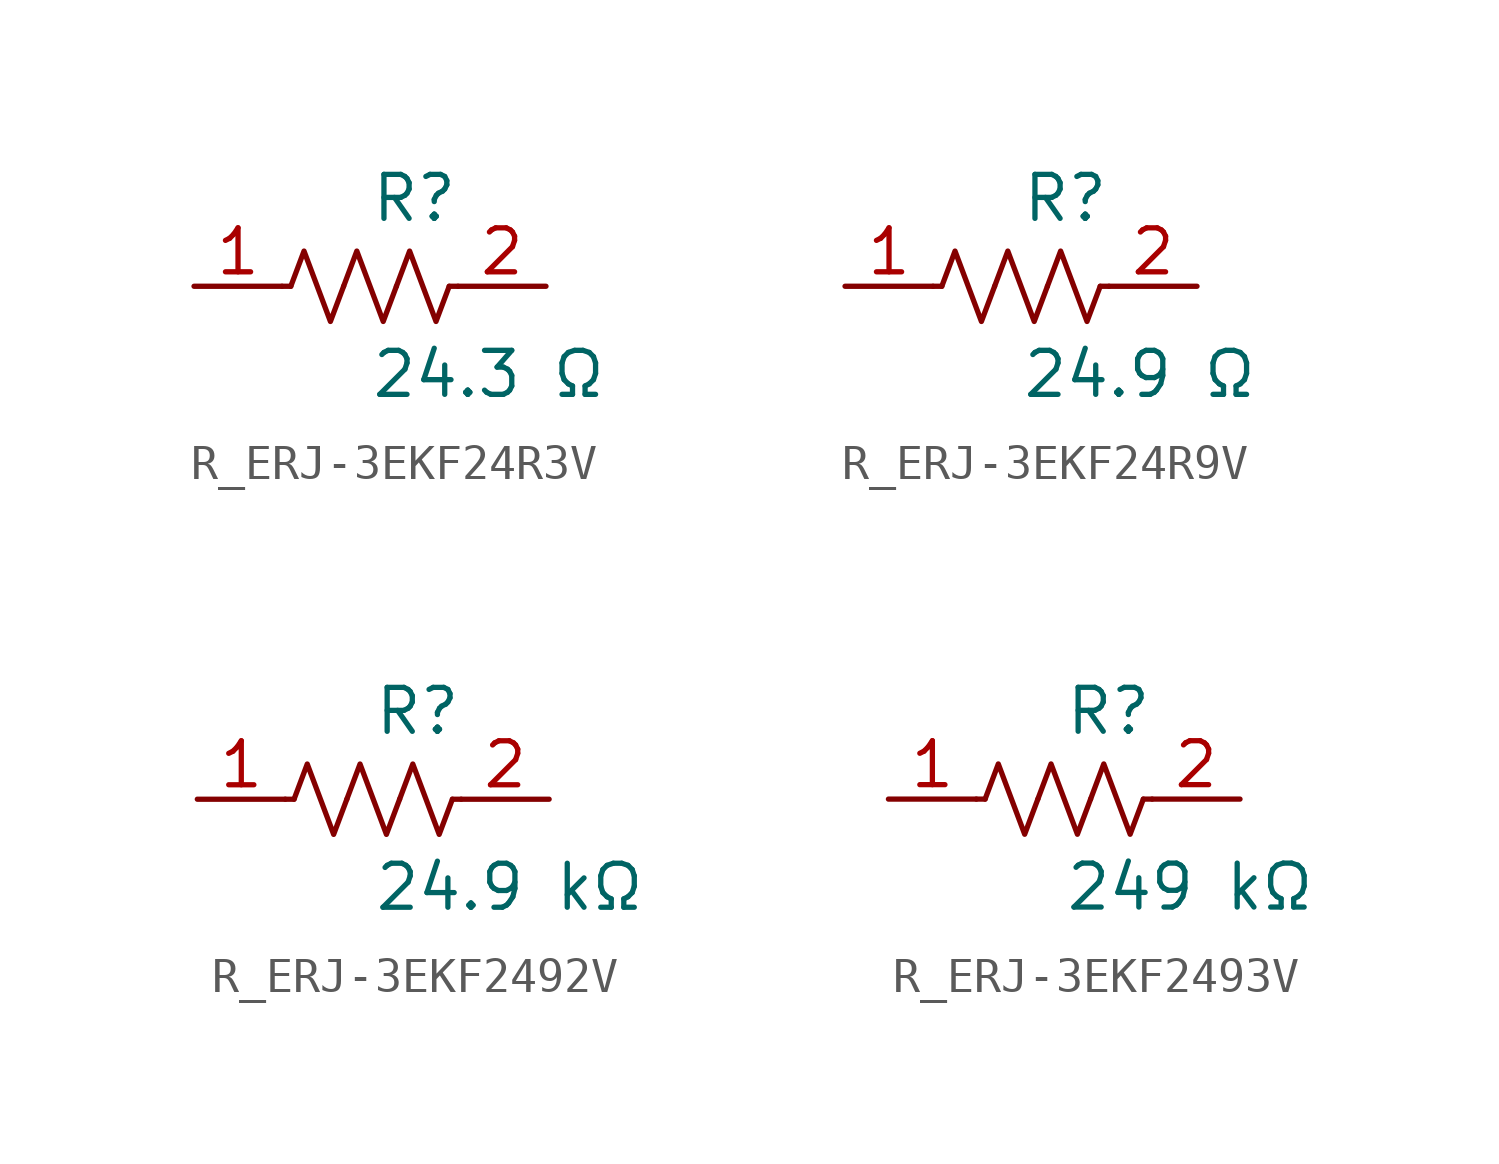
<source format=kicad_sym>
(kicad_symbol_lib
  (version 20231120)
  (generator "kicad_symbol_editor")
  (generator_version "8.0")
  (symbol "R_ERJ-3EKF24R3V"
    (pin_names
      (offset 0.254))
    (property "Reference" "R"
      (at 0 2.54 0)
      (effects (font (size 1.27 1.27)) (justify left)))
    (property "Value" "24.3 Ω"
      (at 0 -2.54 0)
      (effects (font (size 1.27 1.27)) (justify left)))
    (symbol "R_ERJ-3EKF24R3V_0_1"
      (polyline (pts (xy 2.286 0) (xy 2.54 0)) (stroke (width 0) (type default)) (fill (type none)))
      (polyline (pts (xy -2.286 0) (xy -2.54 0)) (stroke (width 0) (type default)) (fill (type none)))
      (polyline (pts (xy 0.762 0) (xy 1.143 1.016) (xy 1.524 0) (xy 1.905 -1.016) (xy 2.286 0)) (stroke (width 0) (type default)) (fill (type none)))
      (polyline (pts (xy -0.762 0) (xy -0.381 1.016) (xy 0 0) (xy 0.381 -1.016) (xy 0.762 0)) (stroke (width 0) (type default)) (fill (type none)))
      (polyline (pts (xy -2.286 0) (xy -1.905 1.016) (xy -1.524 0) (xy -1.143 -1.016) (xy -0.762 0)) (stroke (width 0) (type default)) (fill (type none))))
    (pin unspecified line
      (at -5.08 0 0)
      (length 2.54)
      (name "" (effects (font (size 1.27 1.27))))
      (number "1" (effects (font (size 1.27 1.27)))))
    (pin unspecified line
      (at 5.08 0 180)
      (length 2.54)
      (name "" (effects (font (size 1.27 1.27))))
      (number "2" (effects (font (size 1.27 1.27))))))
  (symbol "R_ERJ-3EKF24R9V"
    (pin_names
      (offset 0.254))
    (property "Reference" "R"
      (at 0 2.54 0)
      (effects (font (size 1.27 1.27)) (justify left)))
    (property "Value" "24.9 Ω"
      (at 0 -2.54 0)
      (effects (font (size 1.27 1.27)) (justify left)))
    (symbol "R_ERJ-3EKF24R9V_0_1"
      (polyline (pts (xy 2.286 0) (xy 2.54 0)) (stroke (width 0) (type default)) (fill (type none)))
      (polyline (pts (xy -2.286 0) (xy -2.54 0)) (stroke (width 0) (type default)) (fill (type none)))
      (polyline (pts (xy 0.762 0) (xy 1.143 1.016) (xy 1.524 0) (xy 1.905 -1.016) (xy 2.286 0)) (stroke (width 0) (type default)) (fill (type none)))
      (polyline (pts (xy -0.762 0) (xy -0.381 1.016) (xy 0 0) (xy 0.381 -1.016) (xy 0.762 0)) (stroke (width 0) (type default)) (fill (type none)))
      (polyline (pts (xy -2.286 0) (xy -1.905 1.016) (xy -1.524 0) (xy -1.143 -1.016) (xy -0.762 0)) (stroke (width 0) (type default)) (fill (type none))))
    (pin unspecified line
      (at -5.08 0 0)
      (length 2.54)
      (name "" (effects (font (size 1.27 1.27))))
      (number "1" (effects (font (size 1.27 1.27)))))
    (pin unspecified line
      (at 5.08 0 180)
      (length 2.54)
      (name "" (effects (font (size 1.27 1.27))))
      (number "2" (effects (font (size 1.27 1.27))))))
  (symbol "R_ERJ-3EKF2492V"
    (pin_names
      (offset 0.254))
    (property "Reference" "R"
      (at 0 2.54 0)
      (effects (font (size 1.27 1.27)) (justify left)))
    (property "Value" "24.9 kΩ"
      (at 0 -2.54 0)
      (effects (font (size 1.27 1.27)) (justify left)))
    (symbol "R_ERJ-3EKF2492V_0_1"
      (polyline (pts (xy 2.286 0) (xy 2.54 0)) (stroke (width 0) (type default)) (fill (type none)))
      (polyline (pts (xy -2.286 0) (xy -2.54 0)) (stroke (width 0) (type default)) (fill (type none)))
      (polyline (pts (xy 0.762 0) (xy 1.143 1.016) (xy 1.524 0) (xy 1.905 -1.016) (xy 2.286 0)) (stroke (width 0) (type default)) (fill (type none)))
      (polyline (pts (xy -0.762 0) (xy -0.381 1.016) (xy 0 0) (xy 0.381 -1.016) (xy 0.762 0)) (stroke (width 0) (type default)) (fill (type none)))
      (polyline (pts (xy -2.286 0) (xy -1.905 1.016) (xy -1.524 0) (xy -1.143 -1.016) (xy -0.762 0)) (stroke (width 0) (type default)) (fill (type none))))
    (pin unspecified line
      (at -5.08 0 0)
      (length 2.54)
      (name "" (effects (font (size 1.27 1.27))))
      (number "1" (effects (font (size 1.27 1.27)))))
    (pin unspecified line
      (at 5.08 0 180)
      (length 2.54)
      (name "" (effects (font (size 1.27 1.27))))
      (number "2" (effects (font (size 1.27 1.27))))))
  (symbol "R_ERJ-3EKF2493V"
    (pin_names
      (offset 0.254))
    (property "Reference" "R"
      (at 0 2.54 0)
      (effects (font (size 1.27 1.27)) (justify left)))
    (property "Value" "249 kΩ"
      (at 0 -2.54 0)
      (effects (font (size 1.27 1.27)) (justify left)))
    (symbol "R_ERJ-3EKF2493V_0_1"
      (polyline (pts (xy 2.286 0) (xy 2.54 0)) (stroke (width 0) (type default)) (fill (type none)))
      (polyline (pts (xy -2.286 0) (xy -2.54 0)) (stroke (width 0) (type default)) (fill (type none)))
      (polyline (pts (xy 0.762 0) (xy 1.143 1.016) (xy 1.524 0) (xy 1.905 -1.016) (xy 2.286 0)) (stroke (width 0) (type default)) (fill (type none)))
      (polyline (pts (xy -0.762 0) (xy -0.381 1.016) (xy 0 0) (xy 0.381 -1.016) (xy 0.762 0)) (stroke (width 0) (type default)) (fill (type none)))
      (polyline (pts (xy -2.286 0) (xy -1.905 1.016) (xy -1.524 0) (xy -1.143 -1.016) (xy -0.762 0)) (stroke (width 0) (type default)) (fill (type none))))
    (pin unspecified line
      (at -5.08 0 0)
      (length 2.54)
      (name "" (effects (font (size 1.27 1.27))))
      (number "1" (effects (font (size 1.27 1.27)))))
    (pin unspecified line
      (at 5.08 0 180)
      (length 2.54)
      (name "" (effects (font (size 1.27 1.27))))
      (number "2" (effects (font (size 1.27 1.27)))))))
</source>
